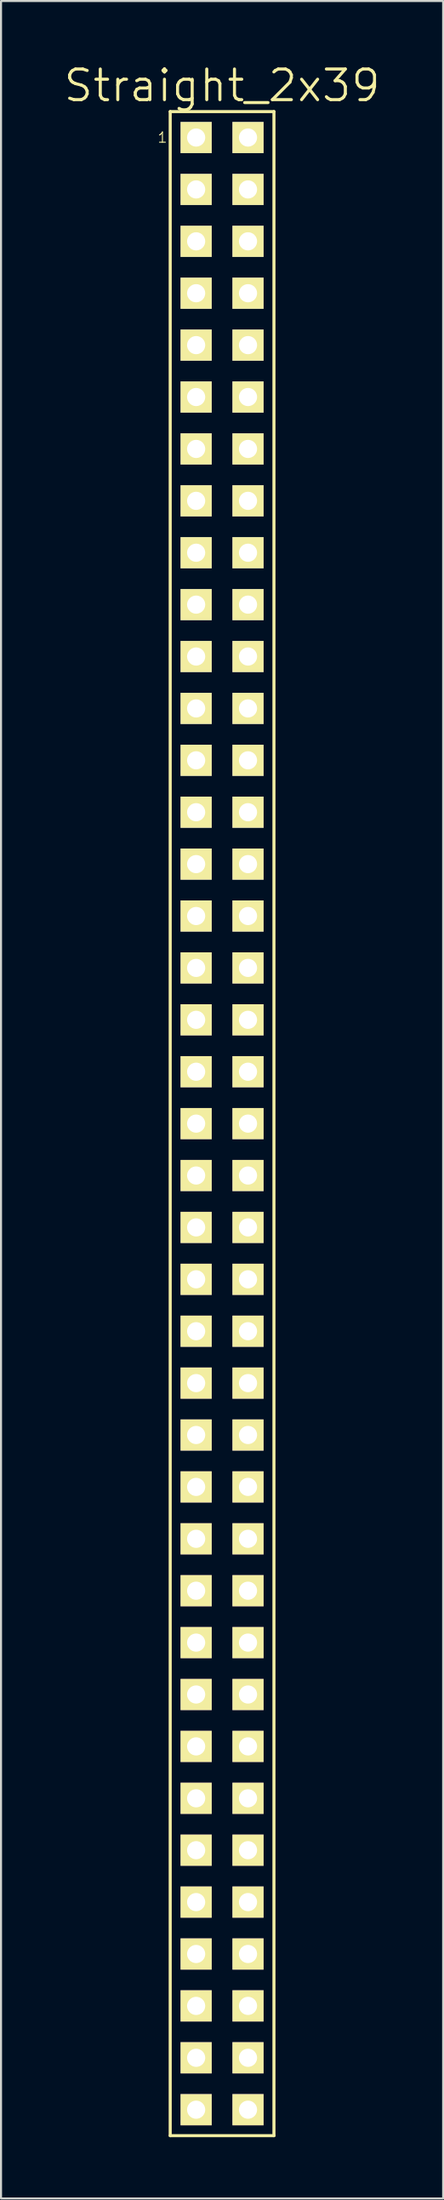
<source format=kicad_pcb>
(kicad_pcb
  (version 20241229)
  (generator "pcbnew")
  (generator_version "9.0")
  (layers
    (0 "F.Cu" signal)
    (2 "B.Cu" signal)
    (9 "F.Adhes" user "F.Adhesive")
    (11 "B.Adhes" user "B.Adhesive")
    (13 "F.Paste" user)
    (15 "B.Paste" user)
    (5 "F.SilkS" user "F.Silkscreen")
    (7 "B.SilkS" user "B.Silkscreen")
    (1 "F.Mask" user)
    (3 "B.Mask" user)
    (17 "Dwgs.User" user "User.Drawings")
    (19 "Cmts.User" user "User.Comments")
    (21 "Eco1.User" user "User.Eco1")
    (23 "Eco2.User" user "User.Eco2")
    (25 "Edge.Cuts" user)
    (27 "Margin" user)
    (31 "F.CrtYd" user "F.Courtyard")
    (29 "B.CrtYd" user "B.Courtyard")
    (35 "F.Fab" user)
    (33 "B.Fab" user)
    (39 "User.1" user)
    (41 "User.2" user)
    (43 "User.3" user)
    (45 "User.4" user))
  (footprint "Straight_2x39"
    (layer "F.Cu")
    (at 7.825 51.941)
    (property "Reference" "Straight_2x39" (at 0 -50.8 0) (layer "F.SilkS") (effects (font (size 1.5 1.5) (thickness 0.15))))
    (attr through_hole)
    (fp_line (start -2.54 -49.53) (end 2.54 -49.53) (stroke (width 0.15) (type solid)) (layer "F.SilkS"))
    (fp_line (start -2.54 49.53) (end -2.54 -49.53) (stroke (width 0.15) (type solid)) (layer "F.SilkS"))
    (fp_line (start 2.54 -49.53) (end 2.54 49.53) (stroke (width 0.15) (type solid)) (layer "F.SilkS"))
    (fp_line (start 2.54 49.53) (end -2.54 49.53) (stroke (width 0.15) (type solid)) (layer "F.SilkS"))
    (fp_text user "1" (at -2.921 -48.26 0) (layer "F.SilkS") (effects (font (size 0.5 0.5) (thickness 0.05))))
    (pad "1" thru_hole rect (at -1.27 -48.26) (size 1.524 1.524) (drill 0.889) (layers "*.Cu" "*.Mask" "F.SilkS"))
    (pad "2" thru_hole rect (at 1.27 -48.26) (size 1.524 1.524) (drill 0.889) (layers "*.Cu" "*.Mask" "F.SilkS"))
    (pad "3" thru_hole rect (at -1.27 -45.72) (size 1.524 1.524) (drill 0.889) (layers "*.Cu" "*.Mask" "F.SilkS"))
    (pad "4" thru_hole rect (at 1.27 -45.72) (size 1.524 1.524) (drill 0.889) (layers "*.Cu" "*.Mask" "F.SilkS"))
    (pad "5" thru_hole rect (at -1.27 -43.18) (size 1.524 1.524) (drill 0.889) (layers "*.Cu" "*.Mask" "F.SilkS"))
    (pad "6" thru_hole rect (at 1.27 -43.18) (size 1.524 1.524) (drill 0.889) (layers "*.Cu" "*.Mask" "F.SilkS"))
    (pad "7" thru_hole rect (at -1.27 -40.64) (size 1.524 1.524) (drill 0.889) (layers "*.Cu" "*.Mask" "F.SilkS"))
    (pad "8" thru_hole rect (at 1.27 -40.64) (size 1.524 1.524) (drill 0.889) (layers "*.Cu" "*.Mask" "F.SilkS"))
    (pad "9" thru_hole rect (at -1.27 -38.1) (size 1.524 1.524) (drill 0.889) (layers "*.Cu" "*.Mask" "F.SilkS"))
    (pad "10" thru_hole rect (at 1.27 -38.1) (size 1.524 1.524) (drill 0.889) (layers "*.Cu" "*.Mask" "F.SilkS"))
    (pad "11" thru_hole rect (at -1.27 -35.56) (size 1.524 1.524) (drill 0.889) (layers "*.Cu" "*.Mask" "F.SilkS"))
    (pad "12" thru_hole rect (at 1.27 -35.56) (size 1.524 1.524) (drill 0.889) (layers "*.Cu" "*.Mask" "F.SilkS"))
    (pad "13" thru_hole rect (at -1.27 -33.02) (size 1.524 1.524) (drill 0.889) (layers "*.Cu" "*.Mask" "F.SilkS"))
    (pad "14" thru_hole rect (at 1.27 -33.02) (size 1.524 1.524) (drill 0.889) (layers "*.Cu" "*.Mask" "F.SilkS"))
    (pad "15" thru_hole rect (at -1.27 -30.48) (size 1.524 1.524) (drill 0.889) (layers "*.Cu" "*.Mask" "F.SilkS"))
    (pad "16" thru_hole rect (at 1.27 -30.48) (size 1.524 1.524) (drill 0.889) (layers "*.Cu" "*.Mask" "F.SilkS"))
    (pad "17" thru_hole rect (at -1.27 -27.94) (size 1.524 1.524) (drill 0.889) (layers "*.Cu" "*.Mask" "F.SilkS"))
    (pad "18" thru_hole rect (at 1.27 -27.94) (size 1.524 1.524) (drill 0.889) (layers "*.Cu" "*.Mask" "F.SilkS"))
    (pad "19" thru_hole rect (at -1.27 -25.4) (size 1.524 1.524) (drill 0.889) (layers "*.Cu" "*.Mask" "F.SilkS"))
    (pad "20" thru_hole rect (at 1.27 -25.4) (size 1.524 1.524) (drill 0.889) (layers "*.Cu" "*.Mask" "F.SilkS"))
    (pad "21" thru_hole rect (at -1.27 -22.86) (size 1.524 1.524) (drill 0.889) (layers "*.Cu" "*.Mask" "F.SilkS"))
    (pad "22" thru_hole rect (at 1.27 -22.86) (size 1.524 1.524) (drill 0.889) (layers "*.Cu" "*.Mask" "F.SilkS"))
    (pad "23" thru_hole rect (at -1.27 -20.32) (size 1.524 1.524) (drill 0.889) (layers "*.Cu" "*.Mask" "F.SilkS"))
    (pad "24" thru_hole rect (at 1.27 -20.32) (size 1.524 1.524) (drill 0.889) (layers "*.Cu" "*.Mask" "F.SilkS"))
    (pad "25" thru_hole rect (at -1.27 -17.78) (size 1.524 1.524) (drill 0.889) (layers "*.Cu" "*.Mask" "F.SilkS"))
    (pad "26" thru_hole rect (at 1.27 -17.78) (size 1.524 1.524) (drill 0.889) (layers "*.Cu" "*.Mask" "F.SilkS"))
    (pad "27" thru_hole rect (at -1.27 -15.24) (size 1.524 1.524) (drill 0.889) (layers "*.Cu" "*.Mask" "F.SilkS"))
    (pad "28" thru_hole rect (at 1.27 -15.24) (size 1.524 1.524) (drill 0.889) (layers "*.Cu" "*.Mask" "F.SilkS"))
    (pad "29" thru_hole rect (at -1.27 -12.7) (size 1.524 1.524) (drill 0.889) (layers "*.Cu" "*.Mask" "F.SilkS"))
    (pad "30" thru_hole rect (at 1.27 -12.7) (size 1.524 1.524) (drill 0.889) (layers "*.Cu" "*.Mask" "F.SilkS"))
    (pad "31" thru_hole rect (at -1.27 -10.16) (size 1.524 1.524) (drill 0.889) (layers "*.Cu" "*.Mask" "F.SilkS"))
    (pad "32" thru_hole rect (at 1.27 -10.16) (size 1.524 1.524) (drill 0.889) (layers "*.Cu" "*.Mask" "F.SilkS"))
    (pad "33" thru_hole rect (at -1.27 -7.62) (size 1.524 1.524) (drill 0.889) (layers "*.Cu" "*.Mask" "F.SilkS"))
    (pad "34" thru_hole rect (at 1.27 -7.62) (size 1.524 1.524) (drill 0.889) (layers "*.Cu" "*.Mask" "F.SilkS"))
    (pad "35" thru_hole rect (at -1.27 -5.08) (size 1.524 1.524) (drill 0.889) (layers "*.Cu" "*.Mask" "F.SilkS"))
    (pad "36" thru_hole rect (at 1.27 -5.08) (size 1.524 1.524) (drill 0.889) (layers "*.Cu" "*.Mask" "F.SilkS"))
    (pad "37" thru_hole rect (at -1.27 -2.54) (size 1.524 1.524) (drill 0.889) (layers "*.Cu" "*.Mask" "F.SilkS"))
    (pad "38" thru_hole rect (at 1.27 -2.54) (size 1.524 1.524) (drill 0.889) (layers "*.Cu" "*.Mask" "F.SilkS"))
    (pad "39" thru_hole rect (at -1.27 0) (size 1.524 1.524) (drill 0.889) (layers "*.Cu" "*.Mask" "F.SilkS"))
    (pad "40" thru_hole rect (at 1.27 0) (size 1.524 1.524) (drill 0.889) (layers "*.Cu" "*.Mask" "F.SilkS"))
    (pad "41" thru_hole rect (at -1.27 2.54) (size 1.524 1.524) (drill 0.889) (layers "*.Cu" "*.Mask" "F.SilkS"))
    (pad "42" thru_hole rect (at 1.27 2.54) (size 1.524 1.524) (drill 0.889) (layers "*.Cu" "*.Mask" "F.SilkS"))
    (pad "43" thru_hole rect (at -1.27 5.08) (size 1.524 1.524) (drill 0.889) (layers "*.Cu" "*.Mask" "F.SilkS"))
    (pad "44" thru_hole rect (at 1.27 5.08) (size 1.524 1.524) (drill 0.889) (layers "*.Cu" "*.Mask" "F.SilkS"))
    (pad "45" thru_hole rect (at -1.27 7.62) (size 1.524 1.524) (drill 0.889) (layers "*.Cu" "*.Mask" "F.SilkS"))
    (pad "46" thru_hole rect (at 1.27 7.62) (size 1.524 1.524) (drill 0.889) (layers "*.Cu" "*.Mask" "F.SilkS"))
    (pad "47" thru_hole rect (at -1.27 10.16) (size 1.524 1.524) (drill 0.889) (layers "*.Cu" "*.Mask" "F.SilkS"))
    (pad "48" thru_hole rect (at 1.27 10.16) (size 1.524 1.524) (drill 0.889) (layers "*.Cu" "*.Mask" "F.SilkS"))
    (pad "49" thru_hole rect (at -1.27 12.7) (size 1.524 1.524) (drill 0.889) (layers "*.Cu" "*.Mask" "F.SilkS"))
    (pad "50" thru_hole rect (at 1.27 12.7) (size 1.524 1.524) (drill 0.889) (layers "*.Cu" "*.Mask" "F.SilkS"))
    (pad "51" thru_hole rect (at -1.27 15.24) (size 1.524 1.524) (drill 0.889) (layers "*.Cu" "*.Mask" "F.SilkS"))
    (pad "52" thru_hole rect (at 1.27 15.24) (size 1.524 1.524) (drill 0.889) (layers "*.Cu" "*.Mask" "F.SilkS"))
    (pad "53" thru_hole rect (at -1.27 17.78) (size 1.524 1.524) (drill 0.889) (layers "*.Cu" "*.Mask" "F.SilkS"))
    (pad "54" thru_hole rect (at 1.27 17.78) (size 1.524 1.524) (drill 0.889) (layers "*.Cu" "*.Mask" "F.SilkS"))
    (pad "55" thru_hole rect (at -1.27 20.32) (size 1.524 1.524) (drill 0.889) (layers "*.Cu" "*.Mask" "F.SilkS"))
    (pad "56" thru_hole rect (at 1.27 20.32) (size 1.524 1.524) (drill 0.889) (layers "*.Cu" "*.Mask" "F.SilkS"))
    (pad "57" thru_hole rect (at -1.27 22.86) (size 1.524 1.524) (drill 0.889) (layers "*.Cu" "*.Mask" "F.SilkS"))
    (pad "58" thru_hole rect (at 1.27 22.86) (size 1.524 1.524) (drill 0.889) (layers "*.Cu" "*.Mask" "F.SilkS"))
    (pad "59" thru_hole rect (at -1.27 25.4) (size 1.524 1.524) (drill 0.889) (layers "*.Cu" "*.Mask" "F.SilkS"))
    (pad "60" thru_hole rect (at 1.27 25.4) (size 1.524 1.524) (drill 0.889) (layers "*.Cu" "*.Mask" "F.SilkS"))
    (pad "61" thru_hole rect (at -1.27 27.94) (size 1.524 1.524) (drill 0.889) (layers "*.Cu" "*.Mask" "F.SilkS"))
    (pad "62" thru_hole rect (at 1.27 27.94) (size 1.524 1.524) (drill 0.889) (layers "*.Cu" "*.Mask" "F.SilkS"))
    (pad "63" thru_hole rect (at -1.27 30.48) (size 1.524 1.524) (drill 0.889) (layers "*.Cu" "*.Mask" "F.SilkS"))
    (pad "64" thru_hole rect (at 1.27 30.48) (size 1.524 1.524) (drill 0.889) (layers "*.Cu" "*.Mask" "F.SilkS"))
    (pad "65" thru_hole rect (at -1.27 33.02) (size 1.524 1.524) (drill 0.889) (layers "*.Cu" "*.Mask" "F.SilkS"))
    (pad "66" thru_hole rect (at 1.27 33.02) (size 1.524 1.524) (drill 0.889) (layers "*.Cu" "*.Mask" "F.SilkS"))
    (pad "67" thru_hole rect (at -1.27 35.56) (size 1.524 1.524) (drill 0.889) (layers "*.Cu" "*.Mask" "F.SilkS"))
    (pad "68" thru_hole rect (at 1.27 35.56) (size 1.524 1.524) (drill 0.889) (layers "*.Cu" "*.Mask" "F.SilkS"))
    (pad "69" thru_hole rect (at -1.27 38.1) (size 1.524 1.524) (drill 0.889) (layers "*.Cu" "*.Mask" "F.SilkS"))
    (pad "70" thru_hole rect (at 1.27 38.1) (size 1.524 1.524) (drill 0.889) (layers "*.Cu" "*.Mask" "F.SilkS"))
    (pad "71" thru_hole rect (at -1.27 40.64) (size 1.524 1.524) (drill 0.889) (layers "*.Cu" "*.Mask" "F.SilkS"))
    (pad "72" thru_hole rect (at 1.27 40.64) (size 1.524 1.524) (drill 0.889) (layers "*.Cu" "*.Mask" "F.SilkS"))
    (pad "73" thru_hole rect (at -1.27 43.18) (size 1.524 1.524) (drill 0.889) (layers "*.Cu" "*.Mask" "F.SilkS"))
    (pad "74" thru_hole rect (at 1.27 43.18) (size 1.524 1.524) (drill 0.889) (layers "*.Cu" "*.Mask" "F.SilkS"))
    (pad "75" thru_hole rect (at -1.27 45.72) (size 1.524 1.524) (drill 0.889) (layers "*.Cu" "*.Mask" "F.SilkS"))
    (pad "76" thru_hole rect (at 1.27 45.72) (size 1.524 1.524) (drill 0.889) (layers "*.Cu" "*.Mask" "F.SilkS"))
    (pad "77" thru_hole rect (at -1.27 48.26) (size 1.524 1.524) (drill 0.889) (layers "*.Cu" "*.Mask" "F.SilkS"))
    (pad "78" thru_hole rect (at 1.27 48.26) (size 1.524 1.524) (drill 0.889) (layers "*.Cu" "*.Mask" "F.SilkS")))
  (gr_rect
    (start -3 -3)
    (end 18.65 104.546)
    (stroke (width 0.1) (type default))
    (fill no)
    (layer "Edge.Cuts")))
</source>
